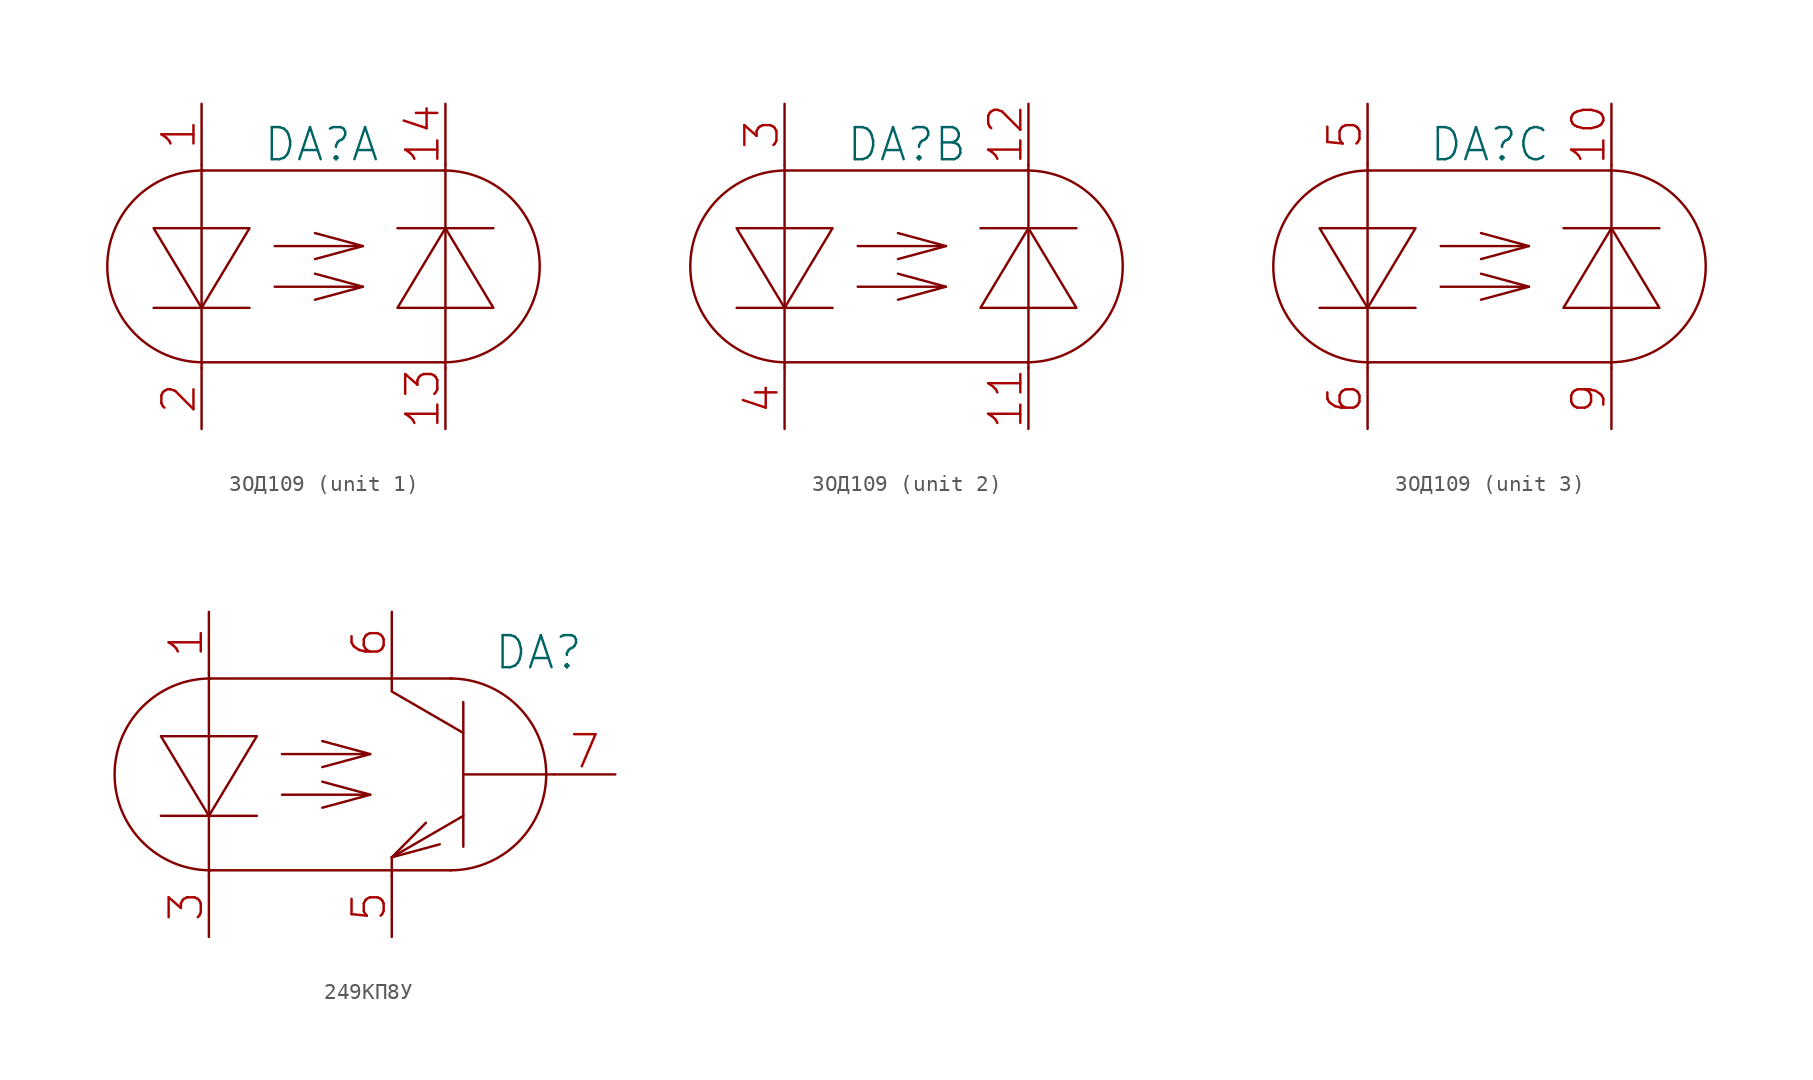
<source format=kicad_sym>
(kicad_symbol_lib
  (version 20231120)
  (generator "kicad_symbol_editor")
  (generator_version "8.0")
  (symbol "3ОД109"
    (pin_names
      (offset 0.025) hide)
    (property "Reference" "DA"
      (at -3.81 7.62 0)
      (effects (font (size 2.007 2.007)) (justify left)))
    (symbol "3ОД109_0_1"
      (arc (start -7.5184 5.9944) (mid -13.5128 0) (end -7.5184 -5.9944) (stroke (width 0) (type solid)) (fill (type none)))
      (polyline (pts (xy -7.62 6.35) (xy -7.62 -6.35)) (stroke (width 0) (type solid)) (fill (type none)))
      (polyline (pts (xy -7.569 5.994) (xy 7.518 5.994)) (stroke (width 0) (type solid)) (fill (type none)))
      (polyline (pts (xy -7.518 -5.994) (xy 7.518 -5.994)) (stroke (width 0) (type solid)) (fill (type none)))
      (polyline (pts (xy -4.623 -2.591) (xy -10.617 -2.591)) (stroke (width 0) (type solid)) (fill (type none)))
      (polyline (pts (xy 2.286 -1.27) (xy -3.048 -1.27)) (stroke (width 0) (type solid)) (fill (type none)))
      (polyline (pts (xy 2.286 1.27) (xy -3.048 1.27)) (stroke (width 0) (type solid)) (fill (type none)))
      (polyline (pts (xy 2.464 -1.27) (xy -0.533 -2.083)) (stroke (width 0) (type solid)) (fill (type none)))
      (polyline (pts (xy 2.464 -1.27) (xy -0.533 -0.457)) (stroke (width 0) (type solid)) (fill (type none)))
      (polyline (pts (xy 2.464 1.27) (xy -0.533 0.457)) (stroke (width 0) (type solid)) (fill (type none)))
      (polyline (pts (xy 2.464 1.27) (xy -0.533 2.083)) (stroke (width 0) (type solid)) (fill (type none)))
      (polyline (pts (xy 4.623 2.388) (xy 10.617 2.388)) (stroke (width 0) (type solid)) (fill (type none)))
      (polyline (pts (xy 7.62 6.35) (xy 7.62 -6.35)) (stroke (width 0) (type solid)) (fill (type none)))
      (polyline (pts (xy -7.62 -2.591) (xy -4.623 2.388) (xy -10.617 2.388) (xy -7.62 -2.591)) (stroke (width 0) (type solid)) (fill (type none)))
      (polyline (pts (xy 7.62 2.388) (xy 4.623 -2.591) (xy 10.617 -2.591) (xy 7.62 2.388)) (stroke (width 0) (type solid)) (fill (type none)))
      (arc (start 7.5184 -5.9944) (mid 13.5128 0) (end 7.5184 5.9944) (stroke (width 0) (type solid)) (fill (type none))))
    (symbol "3ОД109_1_1"
      (pin passive line (at -7.62 10.16 270) (length 3.81) (name "~" (effects (font (size 2.007 2.007)))) (number "1" (effects (font (size 2.007 2.007)))))
      (pin passive line (at 7.62 -10.16 90) (length 3.81) (name "~" (effects (font (size 2.007 2.007)))) (number "13" (effects (font (size 2.007 2.007)))))
      (pin passive line (at 7.62 10.16 270) (length 3.81) (name "~" (effects (font (size 2.007 2.007)))) (number "14" (effects (font (size 2.007 2.007)))))
      (pin passive line (at -7.62 -10.16 90) (length 3.81) (name "~" (effects (font (size 2.007 2.007)))) (number "2" (effects (font (size 2.007 2.007))))))
    (symbol "3ОД109_2_1"
      (pin passive line (at 7.62 -10.16 90) (length 3.81) (name "~" (effects (font (size 2.007 2.007)))) (number "11" (effects (font (size 2.007 2.007)))))
      (pin passive line (at 7.62 10.16 270) (length 3.81) (name "~" (effects (font (size 2.007 2.007)))) (number "12" (effects (font (size 2.007 2.007)))))
      (pin passive line (at -7.62 10.16 270) (length 3.81) (name "~" (effects (font (size 2.007 2.007)))) (number "3" (effects (font (size 2.007 2.007)))))
      (pin passive line (at -7.62 -10.16 90) (length 3.81) (name "~" (effects (font (size 2.007 2.007)))) (number "4" (effects (font (size 2.007 2.007))))))
    (symbol "3ОД109_3_1"
      (pin passive line (at 7.62 10.16 270) (length 3.81) (name "~" (effects (font (size 2.007 2.007)))) (number "10" (effects (font (size 2.007 2.007)))))
      (pin passive line (at -7.62 10.16 270) (length 3.81) (name "~" (effects (font (size 2.007 2.007)))) (number "5" (effects (font (size 2.007 2.007)))))
      (pin passive line (at -7.62 -10.16 90) (length 3.81) (name "~" (effects (font (size 2.007 2.007)))) (number "6" (effects (font (size 2.007 2.007)))))
      (pin passive line (at 7.62 -10.16 90) (length 3.81) (name "~" (effects (font (size 2.007 2.007)))) (number "9" (effects (font (size 2.007 2.007)))))))
  (symbol "249КП8У"
    (pin_names
      (offset 0.025) hide)
    (property "Reference" "DA"
      (at 10.16 7.62 0)
      (effects (font (size 2.007 2.007)) (justify left)))
    (symbol "249КП8У_0_1"
      (arc (start -7.5184 5.9944) (mid -13.5128 0) (end -7.5184 -5.9944) (stroke (width 0) (type solid)) (fill (type none)))
      (polyline (pts (xy -7.62 6.35) (xy -7.62 -6.35)) (stroke (width 0) (type solid)) (fill (type none)))
      (polyline (pts (xy -4.623 -2.591) (xy -10.617 -2.591)) (stroke (width 0) (type solid)) (fill (type none)))
      (polyline (pts (xy 2.286 -1.27) (xy -3.048 -1.27)) (stroke (width 0) (type solid)) (fill (type none)))
      (polyline (pts (xy 2.286 1.27) (xy -3.048 1.27)) (stroke (width 0) (type solid)) (fill (type none)))
      (polyline (pts (xy 2.464 -1.27) (xy -0.533 -2.083)) (stroke (width 0) (type solid)) (fill (type none)))
      (polyline (pts (xy 2.464 -1.27) (xy -0.533 -0.457)) (stroke (width 0) (type solid)) (fill (type none)))
      (polyline (pts (xy 2.464 1.27) (xy -0.533 0.457)) (stroke (width 0) (type solid)) (fill (type none)))
      (polyline (pts (xy 2.464 1.27) (xy -0.533 2.083)) (stroke (width 0) (type solid)) (fill (type none)))
      (polyline (pts (xy 7.518 -5.994) (xy -7.518 -5.994)) (stroke (width 0) (type solid)) (fill (type none)))
      (polyline (pts (xy 7.569 5.994) (xy -7.518 5.994)) (stroke (width 0) (type solid)) (fill (type none)))
      (polyline (pts (xy -7.62 -2.591) (xy -4.623 2.388) (xy -10.617 2.388) (xy -7.62 -2.591)) (stroke (width 0) (type solid)) (fill (type none)))
      (arc (start 7.4676 -5.9944) (mid 13.462 0) (end 7.4676 5.9944) (stroke (width 0) (type solid)) (fill (type none))))
    (symbol "249КП8У_1_1"
      (polyline (pts (xy 3.81 -6.35) (xy 3.81 -5.182)) (stroke (width 0) (type solid)) (fill (type none)))
      (polyline (pts (xy 3.81 -5.182) (xy 5.944 -3.023)) (stroke (width 0) (type solid)) (fill (type none)))
      (polyline (pts (xy 3.81 -5.182) (xy 6.807 -4.369)) (stroke (width 0) (type solid)) (fill (type none)))
      (polyline (pts (xy 3.81 6.35) (xy 3.81 5.232)) (stroke (width 0) (type solid)) (fill (type none)))
      (polyline (pts (xy 8.28 -2.591) (xy 3.81 -5.182)) (stroke (width 0) (type solid)) (fill (type none)))
      (polyline (pts (xy 8.28 2.591) (xy 3.81 5.182)) (stroke (width 0) (type solid)) (fill (type none)))
      (polyline (pts (xy 8.28 4.521) (xy 8.28 -4.521)) (stroke (width 0) (type solid)) (fill (type none)))
      (polyline (pts (xy 13.97 0) (xy 8.28 0)) (stroke (width 0) (type solid)) (fill (type none)))
      (pin passive line (at -7.62 10.16 270) (length 3.81) (name "~" (effects (font (size 2.007 2.007)))) (number "1" (effects (font (size 2.007 2.007)))))
      (pin passive line (at -7.62 -10.16 90) (length 3.81) (name "~" (effects (font (size 2.007 2.007)))) (number "3" (effects (font (size 2.007 2.007)))))
      (pin passive line (at 3.81 -10.16 90) (length 3.81) (name "E" (effects (font (size 2.007 2.007)))) (number "5" (effects (font (size 2.007 2.007)))))
      (pin passive line (at 3.81 10.16 270) (length 3.81) (name "C" (effects (font (size 2.007 2.007)))) (number "6" (effects (font (size 2.007 2.007)))))
      (pin passive line (at 17.78 0 180) (length 3.81) (name "B" (effects (font (size 2.007 2.007)))) (number "7" (effects (font (size 2.007 2.007))))))))
</source>
